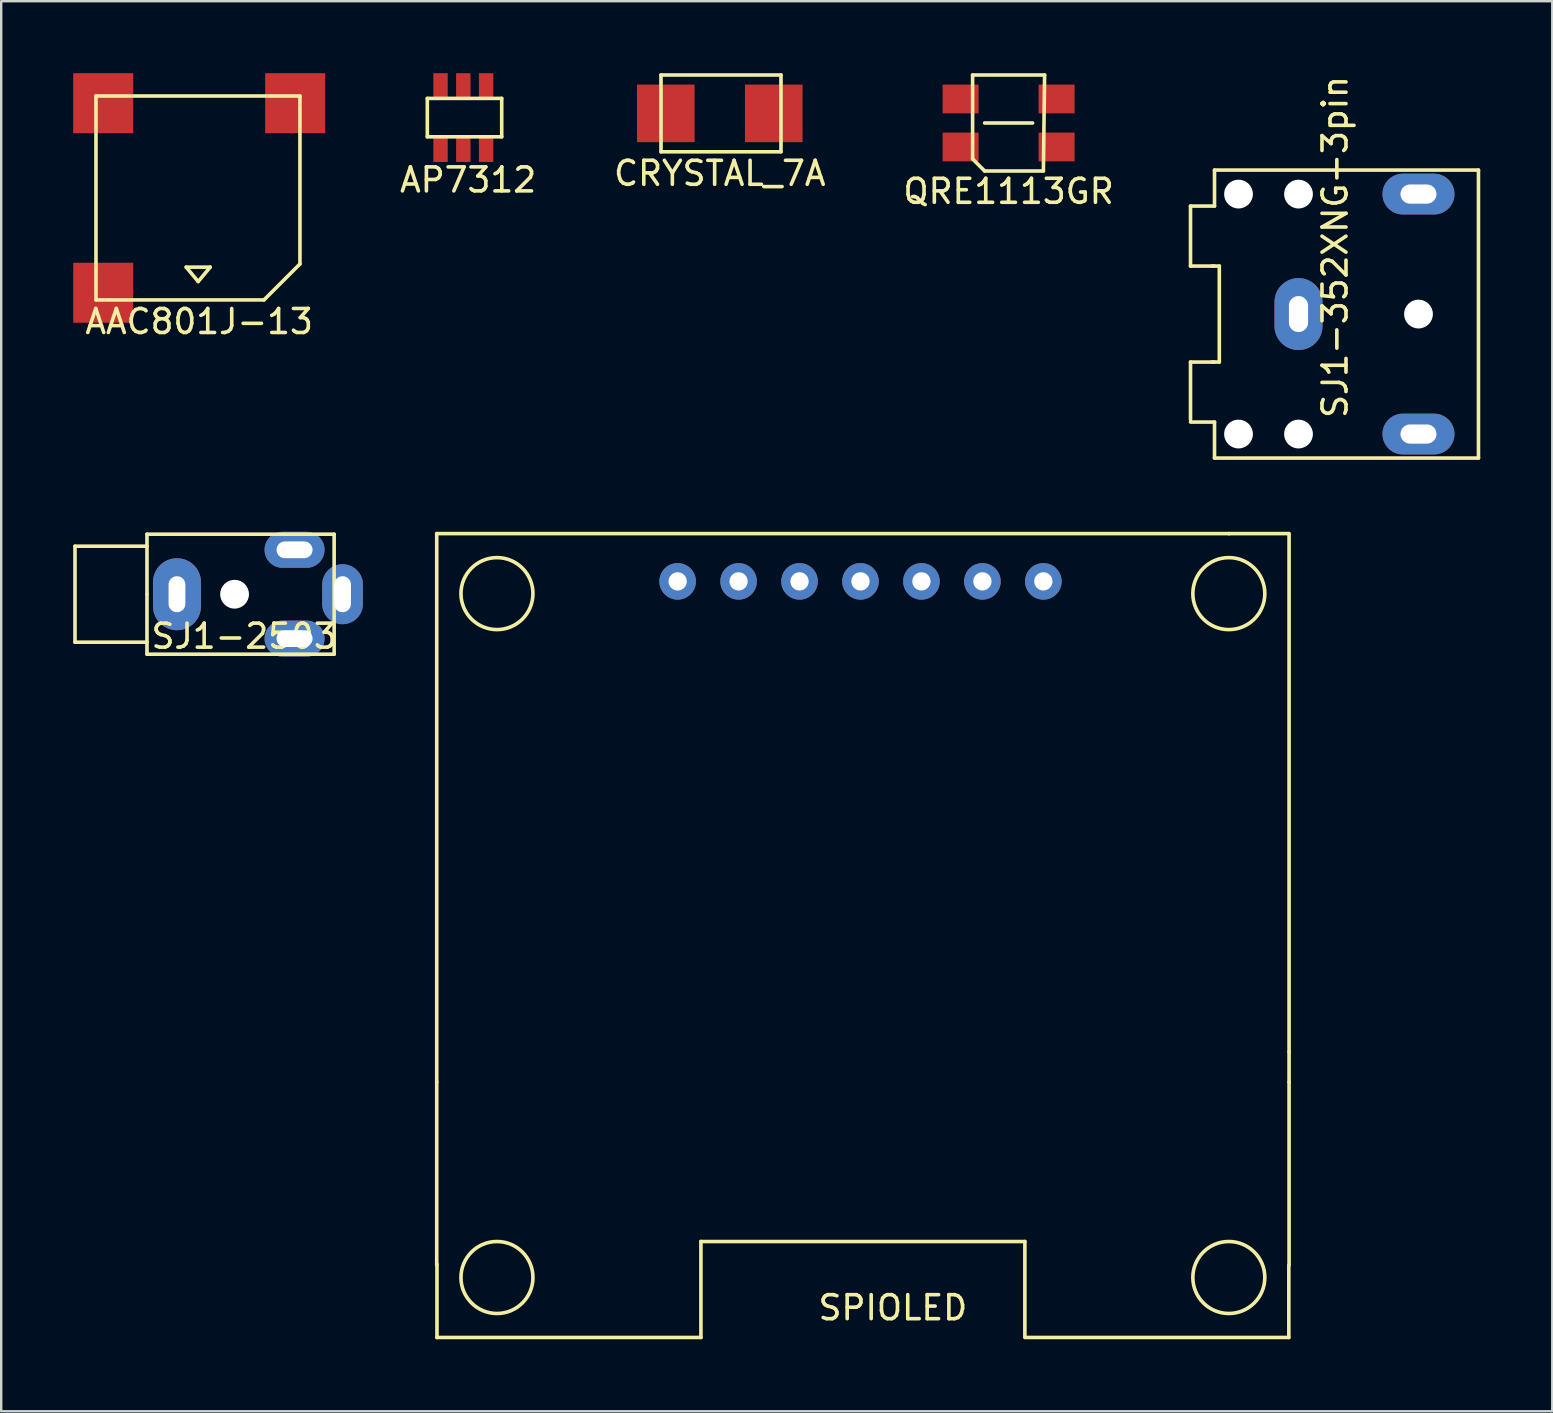
<source format=kicad_pcb>
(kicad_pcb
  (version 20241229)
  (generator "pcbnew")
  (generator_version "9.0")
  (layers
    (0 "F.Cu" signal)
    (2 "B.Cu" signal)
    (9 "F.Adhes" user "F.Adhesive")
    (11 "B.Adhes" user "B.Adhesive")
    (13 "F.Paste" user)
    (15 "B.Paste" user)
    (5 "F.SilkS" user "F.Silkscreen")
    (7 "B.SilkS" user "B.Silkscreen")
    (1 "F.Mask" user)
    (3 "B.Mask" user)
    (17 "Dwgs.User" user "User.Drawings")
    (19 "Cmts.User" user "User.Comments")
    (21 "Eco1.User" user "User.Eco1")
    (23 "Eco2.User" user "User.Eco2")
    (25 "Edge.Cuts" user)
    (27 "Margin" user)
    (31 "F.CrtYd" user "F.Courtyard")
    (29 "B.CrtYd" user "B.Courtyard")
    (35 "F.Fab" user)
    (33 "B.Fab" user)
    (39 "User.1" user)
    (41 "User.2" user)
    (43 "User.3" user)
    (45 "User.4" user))
  (footprint "SPIOLED"
    (layer "F.Cu")
    (at 32.66 32.188)
    (property "Reference" "SPIOLED" (at 1.5 19.26 0) (layer "F.SilkS") (effects (font (size 1 1) (thickness 0.15))))
    (attr through_hole)
    (fp_line (start -17.51 -13) (end 15.51 -13) (stroke (width 0.15) (type solid)) (layer "F.SilkS"))
    (fp_line (start -17.51 9.86) (end -17.51 -13) (stroke (width 0.15) (type solid)) (layer "F.SilkS"))
    (fp_line (start -17.51 9.86) (end -17.51 17.48) (stroke (width 0.15) (type solid)) (layer "F.SilkS"))
    (fp_line (start -17.5 17.45) (end -17.5 20.5) (stroke (width 0.15) (type solid)) (layer "F.SilkS"))
    (fp_line (start -17.5 20.5) (end -6.5 20.5) (stroke (width 0.15) (type solid)) (layer "F.SilkS"))
    (fp_line (start -6.5 16.5) (end 7 16.5) (stroke (width 0.15) (type solid)) (layer "F.SilkS"))
    (fp_line (start -6.5 20.5) (end -6.5 16.5) (stroke (width 0.15) (type solid)) (layer "F.SilkS"))
    (fp_line (start 7 16.5) (end 7 20.45) (stroke (width 0.15) (type solid)) (layer "F.SilkS"))
    (fp_line (start 7 20.5) (end 18 20.5) (stroke (width 0.15) (type solid)) (layer "F.SilkS"))
    (fp_line (start 18 -13) (end 15.5 -13) (stroke (width 0.15) (type solid)) (layer "F.SilkS"))
    (fp_line (start 18 17.5) (end 18 20.5) (stroke (width 0.15) (type solid)) (layer "F.SilkS"))
    (fp_line (start 18.01 -13) (end 18.01 8.59) (stroke (width 0.15) (type solid)) (layer "F.SilkS"))
    (fp_line (start 18.01 8.59) (end 18.01 9.86) (stroke (width 0.15) (type solid)) (layer "F.SilkS"))
    (fp_line (start 18.01 17.48) (end 18.01 9.86) (stroke (width 0.15) (type solid)) (layer "F.SilkS"))
    (fp_circle (center -15 -10.5) (end -15 -9) (stroke (width 0.15) (type solid)) (fill no) (layer "F.SilkS"))
    (fp_circle (center -15 18) (end -15 19.5) (stroke (width 0.15) (type solid)) (fill no) (layer "F.SilkS"))
    (fp_circle (center 15.5 -10.5) (end 15.5 -9) (stroke (width 0.15) (type solid)) (fill no) (layer "F.SilkS"))
    (fp_circle (center 15.5 18) (end 15.5 19.5) (stroke (width 0.15) (type solid)) (fill no) (layer "F.SilkS"))
    (pad "1" thru_hole circle (at -7.47 -11.01) (size 1.524 1.524) (drill 0.762) (layers "*.Cu" "*.Mask"))
    (pad "2" thru_hole circle (at -4.93 -11.01) (size 1.524 1.524) (drill 0.762) (layers "*.Cu" "*.Mask"))
    (pad "3" thru_hole circle (at -2.39 -11.01) (size 1.524 1.524) (drill 0.762) (layers "*.Cu" "*.Mask"))
    (pad "4" thru_hole circle (at 0.15 -11.01) (size 1.524 1.524) (drill 0.762) (layers "*.Cu" "*.Mask"))
    (pad "5" thru_hole circle (at 2.69 -11.01) (size 1.524 1.524) (drill 0.762) (layers "*.Cu" "*.Mask"))
    (pad "6" thru_hole circle (at 5.23 -11.01) (size 1.524 1.524) (drill 0.762) (layers "*.Cu" "*.Mask"))
    (pad "7" thru_hole circle (at 7.77 -11.01) (size 1.524 1.524) (drill 0.762) (layers "*.Cu" "*.Mask")))
  (footprint "QRE1113GR"
    (layer "F.Cu")
    (at 38.982 2.075)
    (property "Reference" "QRE1113GR" (at 0 2.85 0) (layer "F.SilkS") (effects (font (size 1 1) (thickness 0.15))))
    (attr through_hole)
    (fp_line (start -1.5 -2) (end 1.5 -2) (stroke (width 0.15) (type solid)) (layer "F.SilkS"))
    (fp_line (start -1.5 1.5) (end -1.5 -2) (stroke (width 0.15) (type solid)) (layer "F.SilkS"))
    (fp_line (start -1 0) (end 1 0) (stroke (width 0.15) (type solid)) (layer "F.SilkS"))
    (fp_line (start -1 2) (end -1.5 1.5) (stroke (width 0.15) (type solid)) (layer "F.SilkS"))
    (fp_line (start 1.45 2) (end -1 2) (stroke (width 0.15) (type solid)) (layer "F.SilkS"))
    (fp_line (start 1.5 -2) (end 1.45 2) (stroke (width 0.15) (type solid)) (layer "F.SilkS"))
    (pad "1" smd rect (at -2 1) (size 1.5 1.2) (layers "F.Cu" "F.Mask" "F.Paste"))
    (pad "2" smd rect (at 2 1) (size 1.5 1.2) (layers "F.Cu" "F.Mask" "F.Paste"))
    (pad "3" smd rect (at 2 -1) (size 1.5 1.2) (layers "F.Cu" "F.Mask" "F.Paste"))
    (pad "4" smd rect (at -2 -1) (size 1.5 1.2) (layers "F.Cu" "F.Mask" "F.Paste")))
  (footprint "CRYSTAL_7A"
    (layer "F.Cu")
    (at 26.946 1.675)
    (property "Reference" "CRYSTAL_7A" (at 0 2.5 0) (layer "F.SilkS") (effects (font (size 1 1) (thickness 0.15))))
    (attr through_hole)
    (fp_line (start -2.45 -1.6) (end 2.55 -1.6) (stroke (width 0.15) (type solid)) (layer "F.SilkS"))
    (fp_line (start -2.45 1.6) (end -2.45 -1.6) (stroke (width 0.15) (type solid)) (layer "F.SilkS"))
    (fp_line (start 2.55 -1.6) (end 2.55 1.6) (stroke (width 0.15) (type solid)) (layer "F.SilkS"))
    (fp_line (start 2.55 1.6) (end -2.45 1.6) (stroke (width 0.15) (type solid)) (layer "F.SilkS"))
    (pad "1" smd rect (at -2.25 0) (size 2.4 2.4) (layers "F.Cu" "F.Mask" "F.Paste"))
    (pad "2" smd rect (at 2.25 0) (size 2.4 2.4) (layers "F.Cu" "F.Mask" "F.Paste")))
  (footprint "AP7312"
    (layer "F.Cu")
    (at 16.258 1.85)
    (property "Reference" "AP7312" (at 0.2 2.6 0) (layer "F.SilkS") (effects (font (size 1 1) (thickness 0.15))))
    (attr through_hole)
    (fp_line (start -1.5 -0.8) (end 1.6 -0.8) (stroke (width 0.15) (type solid)) (layer "F.SilkS"))
    (fp_line (start -1.5 0.8) (end -1.5 -0.8) (stroke (width 0.15) (type solid)) (layer "F.SilkS"))
    (fp_line (start 1.6 -0.8) (end 1.6 0.8) (stroke (width 0.15) (type solid)) (layer "F.SilkS"))
    (fp_line (start 1.6 0.8) (end -1.5 0.8) (stroke (width 0.15) (type solid)) (layer "F.SilkS"))
    (pad "1" smd rect (at -0.95 1.3) (size 0.6 1.1) (layers "F.Cu" "F.Mask" "F.Paste"))
    (pad "2" smd rect (at 0 1.3) (size 0.6 1.1) (layers "F.Cu" "F.Mask" "F.Paste"))
    (pad "3" smd rect (at 0.95 1.3) (size 0.6 1.1) (layers "F.Cu" "F.Mask" "F.Paste"))
    (pad "4" smd rect (at 0.95 -1.3) (size 0.6 1.1) (layers "F.Cu" "F.Mask" "F.Paste"))
    (pad "5" smd rect (at 0 -1.3) (size 0.6 1.1) (layers "F.Cu" "F.Mask" "F.Paste"))
    (pad "6" smd rect (at -0.95 -1.3) (size 0.6 1.1) (layers "F.Cu" "F.Mask" "F.Paste")))
  (footprint "SJ1-352XNG-3pin"
    (layer "F.Cu")
    (at 51.063 10.038)
    (property "Reference" "SJ1-352XNG-3pin" (at 1.524 -2.794 90) (layer "F.SilkS") (effects (font (size 1 1) (thickness 0.15))))
    (attr through_hole)
    (fp_line (start -4.5 -4.5) (end -3.5 -4.5) (stroke (width 0.15) (type solid)) (layer "F.SilkS"))
    (fp_line (start -4.5 -2) (end -4.5 -4.5) (stroke (width 0.15) (type solid)) (layer "F.SilkS"))
    (fp_line (start -4.5 2) (end -4.5 4.4) (stroke (width 0.15) (type solid)) (layer "F.SilkS"))
    (fp_line (start -4.5 4.5) (end -3.5 4.5) (stroke (width 0.15) (type solid)) (layer "F.SilkS"))
    (fp_line (start -3.5 -6) (end 7.5 -6) (stroke (width 0.15) (type solid)) (layer "F.SilkS"))
    (fp_line (start -3.5 -4.5) (end -3.5 -6) (stroke (width 0.15) (type solid)) (layer "F.SilkS"))
    (fp_line (start -3.5 -2) (end -4.5 -2) (stroke (width 0.15) (type solid)) (layer "F.SilkS"))
    (fp_line (start -3.5 2) (end -4.5 2) (stroke (width 0.15) (type solid)) (layer "F.SilkS"))
    (fp_line (start -3.5 4.5) (end -3.5 6) (stroke (width 0.15) (type solid)) (layer "F.SilkS"))
    (fp_line (start -3.3 -2) (end -3.6 -2) (stroke (width 0.15) (type solid)) (layer "F.SilkS"))
    (fp_line (start -3.3 -2) (end -3.3 2) (stroke (width 0.15) (type solid)) (layer "F.SilkS"))
    (fp_line (start -3.3 2) (end -3.6 2) (stroke (width 0.15) (type solid)) (layer "F.SilkS"))
    (fp_line (start 7.5 -6) (end 7.5 6) (stroke (width 0.15) (type solid)) (layer "F.SilkS"))
    (fp_line (start 7.5 6) (end -3.5 6) (stroke (width 0.15) (type solid)) (layer "F.SilkS"))
    (pad "" np_thru_hole circle (at -2.5 -5) (size 1.2 1.2) (drill 1.2) (layers "*.Cu"))
    (pad "" np_thru_hole circle (at -2.5 5) (size 1.2 1.2) (drill 1.2) (layers "*.Cu"))
    (pad "" np_thru_hole circle (at 0 -5) (size 1.2 1.2) (drill 1.2) (layers "*.Cu"))
    (pad "" np_thru_hole circle (at 0 5) (size 1.2 1.2) (drill 1.2) (layers "*.Cu"))
    (pad "" np_thru_hole circle (at 5 0) (size 1.2 1.2) (drill 1.2) (layers "*.Cu"))
    (pad "1" thru_hole oval (at 0 0 90) (size 3 2) (drill oval 1.5 0.8) (layers "*.Cu" "*.Mask"))
    (pad "2" thru_hole oval (at 5 5) (size 3 1.7) (drill oval 1.5 0.8) (layers "*.Cu" "*.Mask"))
    (pad "3" thru_hole oval (at 5 -5) (size 3 1.7) (drill oval 1.5 0.8) (layers "*.Cu" "*.Mask")))
  (footprint "AAC801J-13"
    (layer "F.Cu")
    (at 5.25 5.15)
    (property "Reference" "AAC801J-13" (at 0 5.2 0) (layer "F.SilkS") (effects (font (size 1 1) (thickness 0.15))))
    (attr through_hole)
    (fp_line (start -4.3 -4.2) (end -4.3 4.3) (stroke (width 0.15) (type solid)) (layer "F.SilkS"))
    (fp_line (start -4.3 4.3) (end 2.7 4.3) (stroke (width 0.15) (type solid)) (layer "F.SilkS"))
    (fp_line (start -0.541 2.933) (end -0.041 3.533) (stroke (width 0.15) (type solid)) (layer "F.SilkS"))
    (fp_line (start -0.041 3.533) (end 0.459 2.933) (stroke (width 0.15) (type solid)) (layer "F.SilkS"))
    (fp_line (start 0.459 2.933) (end -0.541 2.933) (stroke (width 0.15) (type solid)) (layer "F.SilkS"))
    (fp_line (start 4.2 -4.2) (end -4.3 -4.2) (stroke (width 0.15) (type solid)) (layer "F.SilkS"))
    (fp_line (start 4.2 2.8) (end 2.7 4.3) (stroke (width 0.15) (type solid)) (layer "F.SilkS"))
    (fp_line (start 4.2 2.8) (end 4.2 -4.2) (stroke (width 0.15) (type solid)) (layer "F.SilkS"))
    (pad "" smd rect (at -4 4) (size 2.5 2.5) (layers "F.Cu" "F.Mask" "F.Paste"))
    (pad "1" smd rect (at 4 -3.9) (size 2.5 2.5) (layers "F.Cu" "F.Mask" "F.Paste"))
    (pad "2" smd rect (at -4 -3.9) (size 2.5 2.5) (layers "F.Cu" "F.Mask" "F.Paste")))
  (footprint "SJ1-2503"
    (layer "F.Cu")
    (at 4.325 21.713)
    (property "Reference" "SJ1-2503" (at 2.8 1.75 0) (layer "F.SilkS") (effects (font (size 1 1) (thickness 0.15))))
    (attr through_hole)
    (fp_line (start -4.25 -2) (end -4.25 2) (stroke (width 0.15) (type solid)) (layer "F.SilkS"))
    (fp_line (start -4.25 2) (end -1.25 2) (stroke (width 0.15) (type solid)) (layer "F.SilkS"))
    (fp_line (start -1.25 -2) (end -4.25 -2) (stroke (width 0.15) (type solid)) (layer "F.SilkS"))
    (fp_line (start -1.25 0) (end -1.25 -2.5) (stroke (width 0.15) (type solid)) (layer "F.SilkS"))
    (fp_line (start -1.25 0) (end -1.25 2.5) (stroke (width 0.15) (type solid)) (layer "F.SilkS"))
    (fp_line (start -1.25 2.5) (end 6.55 2.5) (stroke (width 0.15) (type solid)) (layer "F.SilkS"))
    (fp_line (start 6.55 -2.5) (end -1.25 -2.5) (stroke (width 0.15) (type solid)) (layer "F.SilkS"))
    (fp_line (start 6.55 2.5) (end 6.55 -2.5) (stroke (width 0.15) (type solid)) (layer "F.SilkS"))
    (pad "" np_thru_hole circle (at 2.4 0) (size 1.2 1.2) (drill 1.2) (layers "*.Cu"))
    (pad "1" thru_hole oval (at 0 0 90) (size 3 2) (drill oval 1.5 0.7) (layers "*.Cu" "*.Mask"))
    (pad "2" thru_hole oval (at 4.9 -1.85) (size 2.5 1.5) (drill oval 1.5 0.7) (layers "*.Cu" "*.Mask"))
    (pad "2" thru_hole oval (at 4.9 1.85) (size 2.5 1.5) (drill oval 1.5 0.7) (layers "*.Cu" "*.Mask"))
    (pad "3" thru_hole oval (at 6.9 0 90) (size 2.5 1.7) (drill oval 1.5 0.7) (layers "*.Cu" "*.Mask")))
  (gr_rect
    (start -3 -3)
    (end 61.638 55.763)
    (stroke (width 0.1) (type default))
    (fill no)
    (layer "Edge.Cuts")))
</source>
